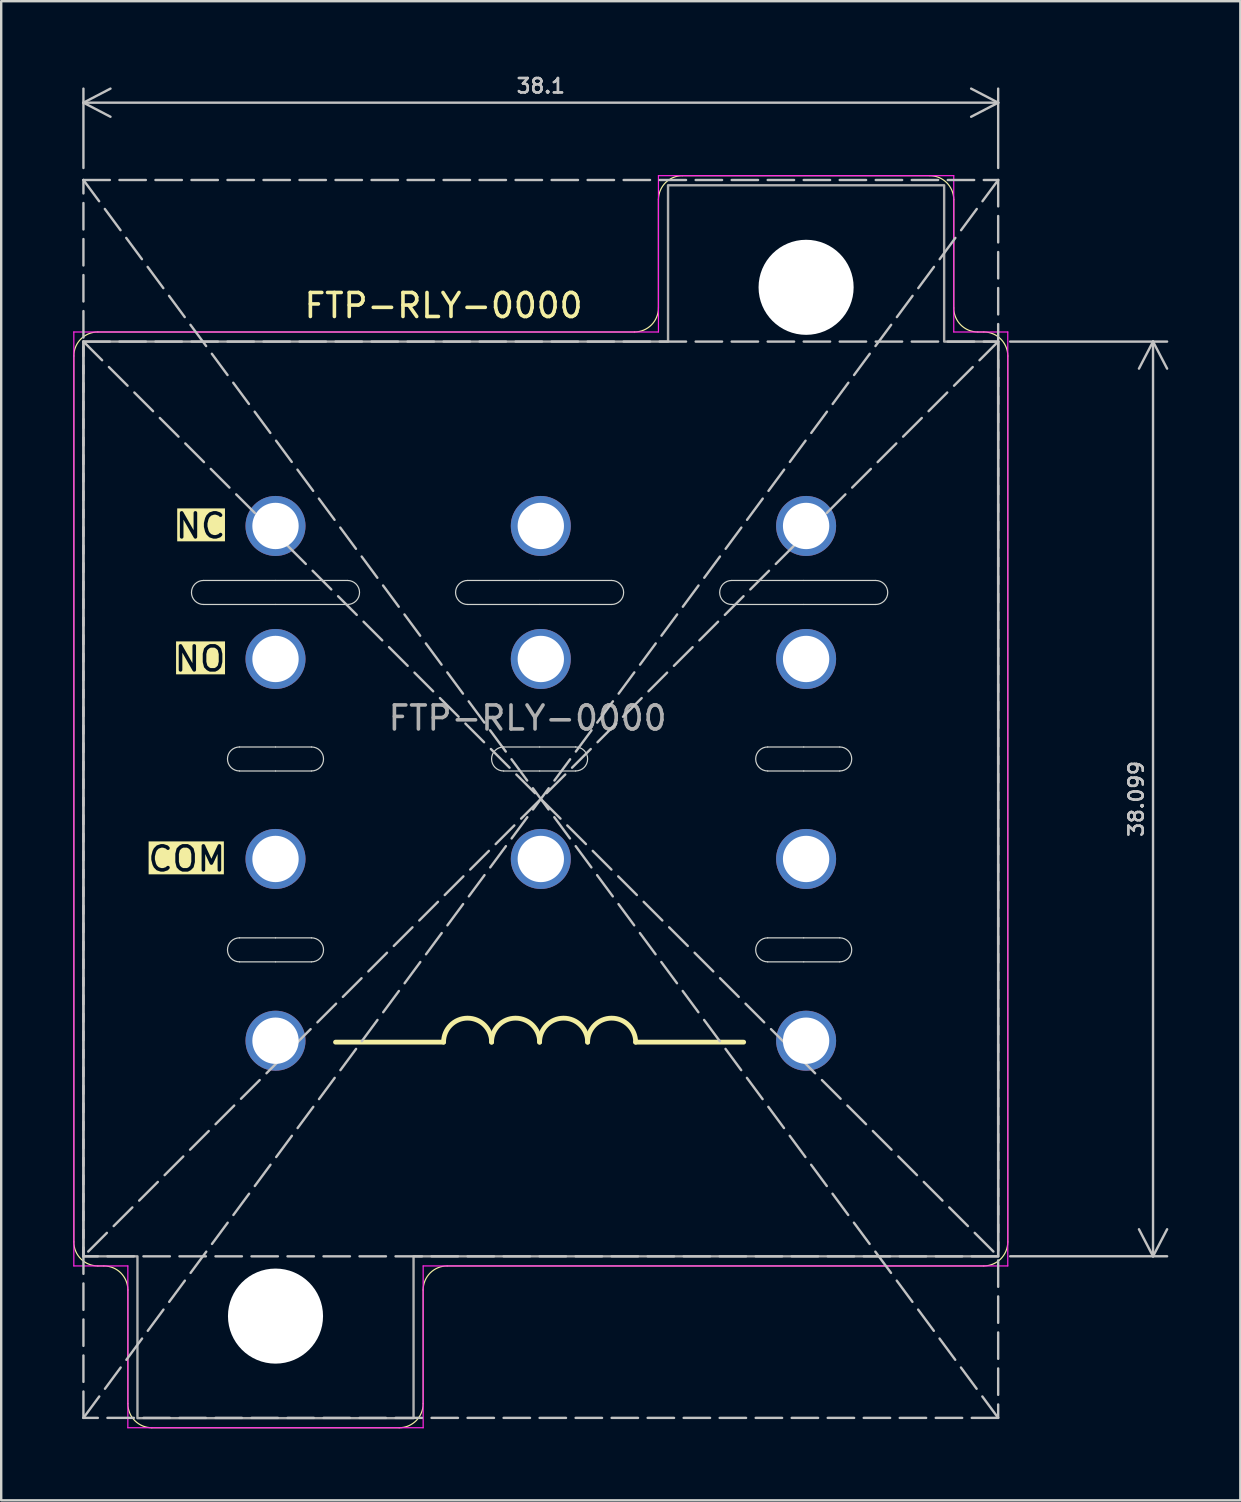
<source format=kicad_pcb>
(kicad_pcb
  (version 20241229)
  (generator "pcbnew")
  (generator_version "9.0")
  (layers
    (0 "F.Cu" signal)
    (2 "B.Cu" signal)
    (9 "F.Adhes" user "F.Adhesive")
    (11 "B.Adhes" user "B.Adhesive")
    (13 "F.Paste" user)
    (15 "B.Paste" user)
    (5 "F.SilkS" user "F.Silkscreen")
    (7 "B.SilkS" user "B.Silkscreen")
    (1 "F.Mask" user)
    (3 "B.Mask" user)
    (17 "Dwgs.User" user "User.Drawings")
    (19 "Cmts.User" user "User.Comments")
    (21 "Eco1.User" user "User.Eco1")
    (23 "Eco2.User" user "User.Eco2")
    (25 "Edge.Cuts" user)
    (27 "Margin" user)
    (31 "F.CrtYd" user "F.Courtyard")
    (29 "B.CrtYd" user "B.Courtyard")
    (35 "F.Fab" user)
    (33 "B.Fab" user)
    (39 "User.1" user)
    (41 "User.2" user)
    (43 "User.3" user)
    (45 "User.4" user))
  (footprint "FTP-RLY-0000"
    (layer "F.Cu")
    (at 8.425 18.857)
    (property "Reference" "FTP-RLY-0000" (at 7 -9.18 0) (unlocked yes) (layer "F.SilkS") (effects (font (size 1 1) (thickness 0.15))))
    (attr through_hole)
    (fp_line (start -8.4 -7.08) (end -8.4 29.82) (stroke (width 0.05) (type default)) (layer "F.SilkS"))
    (fp_line (start -7.15 30.82) (end -7.4 30.82) (stroke (width 0.05) (type default)) (layer "F.SilkS"))
    (fp_line (start -6.15 31.82) (end -6.15 36.56) (stroke (width 0.05) (type default)) (layer "F.SilkS"))
    (fp_line (start -5.15 37.56) (end 5.15 37.56) (stroke (width 0.05) (type default)) (layer "F.SilkS"))
    (fp_line (start 6.15 36.56) (end 6.15 31.82) (stroke (width 0.05) (type default)) (layer "F.SilkS"))
    (fp_line (start 7 21.5) (end 2.5 21.5) (stroke (width 0.2) (type default)) (layer "F.SilkS"))
    (fp_line (start 7.15 30.82) (end 29.5 30.82) (stroke (width 0.05) (type default)) (layer "F.SilkS"))
    (fp_line (start 14.95 -8.08) (end -7.4 -8.08) (stroke (width 0.05) (type default)) (layer "F.SilkS"))
    (fp_line (start 15 21.5) (end 19.5 21.5) (stroke (width 0.2) (type default)) (layer "F.SilkS"))
    (fp_line (start 15.95 -13.59) (end 15.95 -9.08) (stroke (width 0.05) (type default)) (layer "F.SilkS"))
    (fp_line (start 27.25 -14.59) (end 16.95 -14.59) (stroke (width 0.05) (type default)) (layer "F.SilkS"))
    (fp_line (start 28.25 -9.08) (end 28.25 -13.59) (stroke (width 0.05) (type default)) (layer "F.SilkS"))
    (fp_line (start 29.5 -8.08) (end 29.25 -8.08) (stroke (width 0.05) (type default)) (layer "F.SilkS"))
    (fp_line (start 30.5 29.82) (end 30.5 -7.08) (stroke (width 0.05) (type default)) (layer "F.SilkS"))
    (fp_arc (start -8.4 -7.08) (mid -8.107107 -7.787107) (end -7.4 -8.08) (stroke (width 0.05) (type default)) (layer "F.SilkS"))
    (fp_arc (start -7.4 30.82) (mid -8.107107 30.527107) (end -8.4 29.82) (stroke (width 0.05) (type default)) (layer "F.SilkS"))
    (fp_arc (start -7.15 30.82) (mid -6.442893 31.112893) (end -6.15 31.82) (stroke (width 0.05) (type default)) (layer "F.SilkS"))
    (fp_arc (start -5.15 37.56) (mid -5.857107 37.267107) (end -6.15 36.56) (stroke (width 0.05) (type default)) (layer "F.SilkS"))
    (fp_arc (start 6.15 31.82) (mid 6.442893 31.112893) (end 7.15 30.82) (stroke (width 0.05) (type default)) (layer "F.SilkS"))
    (fp_arc (start 6.15 36.56) (mid 5.857107 37.267107) (end 5.15 37.56) (stroke (width 0.05) (type default)) (layer "F.SilkS"))
    (fp_arc (start 7 21.5) (mid 8 20.5) (end 9 21.5) (stroke (width 0.2) (type default)) (layer "F.SilkS"))
    (fp_arc (start 9 21.5) (mid 10 20.5) (end 11 21.5) (stroke (width 0.2) (type default)) (layer "F.SilkS"))
    (fp_arc (start 11 21.5) (mid 12 20.5) (end 13 21.5) (stroke (width 0.2) (type default)) (layer "F.SilkS"))
    (fp_arc (start 13 21.5) (mid 14 20.5) (end 15 21.5) (stroke (width 0.2) (type default)) (layer "F.SilkS"))
    (fp_arc (start 15.95 -13.59) (mid 16.242893 -14.297107) (end 16.95 -14.59) (stroke (width 0.05) (type default)) (layer "F.SilkS"))
    (fp_arc (start 15.95 -9.08) (mid 15.657107 -8.372893) (end 14.95 -8.08) (stroke (width 0.05) (type default)) (layer "F.SilkS"))
    (fp_arc (start 27.25 -14.59) (mid 27.957107 -14.297107) (end 28.25 -13.59) (stroke (width 0.05) (type default)) (layer "F.SilkS"))
    (fp_arc (start 29.25 -8.08) (mid 28.542893 -8.372893) (end 28.25 -9.08) (stroke (width 0.05) (type default)) (layer "F.SilkS"))
    (fp_arc (start 29.5 -8.08) (mid 30.207107 -7.787107) (end 30.5 -7.08) (stroke (width 0.05) (type default)) (layer "F.SilkS"))
    (fp_arc (start 30.5 29.82) (mid 30.207107 30.527107) (end 29.5 30.82) (stroke (width 0.05) (type default)) (layer "F.SilkS"))
    (fp_line (start -8 -14.41) (end 30.1 37.15) (stroke (width 0.1) (type dash)) (layer "Dwgs.User"))
    (fp_line (start -8 -7.68) (end 30.1 30.42) (stroke (width 0.1) (type dash)) (layer "Dwgs.User"))
    (fp_line (start 30.1 -14.41) (end -8 37.15) (stroke (width 0.1) (type dash)) (layer "Dwgs.User"))
    (fp_line (start 30.1 -7.68) (end -8 30.42) (stroke (width 0.1) (type dash)) (layer "Dwgs.User"))
    (fp_rect (start -8 -14.41) (end 30.1 37.15) (stroke (width 0.1) (type dash)) (fill no) (layer "Dwgs.User"))
    (fp_rect (start -8 -7.68) (end 30.1 30.42) (stroke (width 0.1) (type dash)) (fill no) (layer "Dwgs.User"))
    (fp_line (start 0 2.27) (end -3 2.27) (stroke (width 0.05) (type default)) (layer "Edge.Cuts"))
    (fp_line (start 0 2.27) (end 3 2.27) (stroke (width 0.05) (type default)) (layer "Edge.Cuts"))
    (fp_line (start 0 3.27) (end -3 3.27) (stroke (width 0.05) (type default)) (layer "Edge.Cuts"))
    (fp_line (start 0 3.27) (end 3 3.27) (stroke (width 0.05) (type default)) (layer "Edge.Cuts"))
    (fp_line (start 0 9.205) (end -1.5 9.205) (stroke (width 0.05) (type default)) (layer "Edge.Cuts"))
    (fp_line (start 0 9.205) (end 1.5 9.205) (stroke (width 0.05) (type default)) (layer "Edge.Cuts"))
    (fp_line (start 0 10.205) (end -1.5 10.205) (stroke (width 0.05) (type default)) (layer "Edge.Cuts"))
    (fp_line (start 0 10.205) (end 1.5 10.205) (stroke (width 0.05) (type default)) (layer "Edge.Cuts"))
    (fp_line (start 0 17.155) (end -1.5 17.155) (stroke (width 0.05) (type default)) (layer "Edge.Cuts"))
    (fp_line (start 0 17.155) (end 1.5 17.155) (stroke (width 0.05) (type default)) (layer "Edge.Cuts"))
    (fp_line (start 0 18.155) (end -1.5 18.155) (stroke (width 0.05) (type default)) (layer "Edge.Cuts"))
    (fp_line (start 0 18.155) (end 1.5 18.155) (stroke (width 0.05) (type default)) (layer "Edge.Cuts"))
    (fp_line (start 11 2.27) (end 8 2.27) (stroke (width 0.05) (type default)) (layer "Edge.Cuts"))
    (fp_line (start 11 2.27) (end 14 2.27) (stroke (width 0.05) (type default)) (layer "Edge.Cuts"))
    (fp_line (start 11 3.27) (end 8 3.27) (stroke (width 0.05) (type default)) (layer "Edge.Cuts"))
    (fp_line (start 11 3.27) (end 14 3.27) (stroke (width 0.05) (type default)) (layer "Edge.Cuts"))
    (fp_line (start 11 9.205) (end 9.5 9.205) (stroke (width 0.05) (type default)) (layer "Edge.Cuts"))
    (fp_line (start 11 9.205) (end 12.5 9.205) (stroke (width 0.05) (type default)) (layer "Edge.Cuts"))
    (fp_line (start 11 10.205) (end 9.5 10.205) (stroke (width 0.05) (type default)) (layer "Edge.Cuts"))
    (fp_line (start 11 10.205) (end 12.5 10.205) (stroke (width 0.05) (type default)) (layer "Edge.Cuts"))
    (fp_line (start 22 2.27) (end 19 2.27) (stroke (width 0.05) (type default)) (layer "Edge.Cuts"))
    (fp_line (start 22 2.27) (end 25 2.27) (stroke (width 0.05) (type default)) (layer "Edge.Cuts"))
    (fp_line (start 22 3.27) (end 19 3.27) (stroke (width 0.05) (type default)) (layer "Edge.Cuts"))
    (fp_line (start 22 3.27) (end 25 3.27) (stroke (width 0.05) (type default)) (layer "Edge.Cuts"))
    (fp_line (start 22 9.205) (end 20.5 9.205) (stroke (width 0.05) (type default)) (layer "Edge.Cuts"))
    (fp_line (start 22 9.205) (end 23.5 9.205) (stroke (width 0.05) (type default)) (layer "Edge.Cuts"))
    (fp_line (start 22 10.205) (end 20.5 10.205) (stroke (width 0.05) (type default)) (layer "Edge.Cuts"))
    (fp_line (start 22 10.205) (end 23.5 10.205) (stroke (width 0.05) (type default)) (layer "Edge.Cuts"))
    (fp_line (start 22 17.155) (end 20.5 17.155) (stroke (width 0.05) (type default)) (layer "Edge.Cuts"))
    (fp_line (start 22 17.155) (end 23.5 17.155) (stroke (width 0.05) (type default)) (layer "Edge.Cuts"))
    (fp_line (start 22 18.155) (end 20.5 18.155) (stroke (width 0.05) (type default)) (layer "Edge.Cuts"))
    (fp_line (start 22 18.155) (end 23.5 18.155) (stroke (width 0.05) (type default)) (layer "Edge.Cuts"))
    (fp_arc (start -3 3.27) (mid -3.5 2.77) (end -3 2.27) (stroke (width 0.05) (type default)) (layer "Edge.Cuts"))
    (fp_arc (start -1.5 10.205) (mid -2 9.705) (end -1.5 9.205) (stroke (width 0.05) (type default)) (layer "Edge.Cuts"))
    (fp_arc (start -1.5 18.155) (mid -2 17.655) (end -1.5 17.155) (stroke (width 0.05) (type default)) (layer "Edge.Cuts"))
    (fp_arc (start 1.5 9.205) (mid 2 9.705) (end 1.5 10.205) (stroke (width 0.05) (type default)) (layer "Edge.Cuts"))
    (fp_arc (start 1.5 17.155) (mid 2 17.655) (end 1.5 18.155) (stroke (width 0.05) (type default)) (layer "Edge.Cuts"))
    (fp_arc (start 3 2.27) (mid 3.5 2.77) (end 3 3.27) (stroke (width 0.05) (type default)) (layer "Edge.Cuts"))
    (fp_arc (start 8 3.27) (mid 7.5 2.77) (end 8 2.27) (stroke (width 0.05) (type default)) (layer "Edge.Cuts"))
    (fp_arc (start 9.5 10.205) (mid 9 9.705) (end 9.5 9.205) (stroke (width 0.05) (type default)) (layer "Edge.Cuts"))
    (fp_arc (start 12.5 9.205) (mid 13 9.705) (end 12.5 10.205) (stroke (width 0.05) (type default)) (layer "Edge.Cuts"))
    (fp_arc (start 14 2.27) (mid 14.5 2.77) (end 14 3.27) (stroke (width 0.05) (type default)) (layer "Edge.Cuts"))
    (fp_arc (start 19 3.27) (mid 18.5 2.77) (end 19 2.27) (stroke (width 0.05) (type default)) (layer "Edge.Cuts"))
    (fp_arc (start 20.5 10.205) (mid 20 9.705) (end 20.5 9.205) (stroke (width 0.05) (type default)) (layer "Edge.Cuts"))
    (fp_arc (start 20.5 18.155) (mid 20 17.655) (end 20.5 17.155) (stroke (width 0.05) (type default)) (layer "Edge.Cuts"))
    (fp_arc (start 23.5 9.205) (mid 24 9.705) (end 23.5 10.205) (stroke (width 0.05) (type default)) (layer "Edge.Cuts"))
    (fp_arc (start 23.5 17.155) (mid 24 17.655) (end 23.5 18.155) (stroke (width 0.05) (type default)) (layer "Edge.Cuts"))
    (fp_arc (start 25 2.27) (mid 25.5 2.77) (end 25 3.27) (stroke (width 0.05) (type default)) (layer "Edge.Cuts"))
    (fp_line (start -8.4 -8.08) (end -8.4 30.82) (stroke (width 0.05) (type default)) (layer "F.CrtYd"))
    (fp_line (start -6.15 30.82) (end -8.4 30.82) (stroke (width 0.05) (type default)) (layer "F.CrtYd"))
    (fp_line (start -6.15 30.82) (end -6.15 37.56) (stroke (width 0.05) (type default)) (layer "F.CrtYd"))
    (fp_line (start -6.15 37.56) (end 6.15 37.56) (stroke (width 0.05) (type default)) (layer "F.CrtYd"))
    (fp_line (start 6.15 30.82) (end 30.5 30.82) (stroke (width 0.05) (type default)) (layer "F.CrtYd"))
    (fp_line (start 6.15 37.56) (end 6.15 30.82) (stroke (width 0.05) (type default)) (layer "F.CrtYd"))
    (fp_line (start 15.95 -14.59) (end 15.95 -8.08) (stroke (width 0.05) (type default)) (layer "F.CrtYd"))
    (fp_line (start 15.95 -8.08) (end -8.4 -8.08) (stroke (width 0.05) (type default)) (layer "F.CrtYd"))
    (fp_line (start 28.25 -14.59) (end 15.95 -14.59) (stroke (width 0.05) (type default)) (layer "F.CrtYd"))
    (fp_line (start 28.25 -8.08) (end 28.25 -14.59) (stroke (width 0.05) (type default)) (layer "F.CrtYd"))
    (fp_line (start 30.5 -8.08) (end 28.25 -8.08) (stroke (width 0.05) (type default)) (layer "F.CrtYd"))
    (fp_line (start 30.5 30.82) (end 30.5 -8.08) (stroke (width 0.05) (type default)) (layer "F.CrtYd"))
    (fp_poly (pts (xy 27.85 -14.19) (xy 16.35 -14.19) (xy 16.35 -7.68) (xy -8 -7.68) (xy -8 30.42) (xy -5.75 30.42) (xy -5.75 37.16) (xy 5.75 37.16) (xy 5.75 30.42) (xy 30.1 30.42) (xy 30.1 -7.68) (xy 27.85 -7.68)) (stroke (width 0.1) (type solid)) (fill no) (layer "F.Fab"))
    (fp_text user "NO" (at -2 5.54 0) (unlocked yes) (layer "F.SilkS" knockout) (effects (font (size 1 1) (thickness 0.15) (bold yes)) (justify right)))
    (fp_text user "NC" (at -2 0 0) (unlocked yes) (layer "F.SilkS" knockout) (effects (font (size 1 1) (thickness 0.15) (bold yes)) (justify right)))
    (fp_text user "COM" (at -2 13.87 0) (unlocked yes) (layer "F.SilkS" knockout) (effects (font (size 1 1) (thickness 0.15) (bold yes)) (justify right)))
    (fp_text user "${REFERENCE}" (at 10.5 8 0) (unlocked yes) (layer "F.Fab") (effects (font (size 1 1) (thickness 0.15))))
    (dimension (type orthogonal) (layer "Dwgs.User") (pts (xy 0.425 4.447) (xy 38.525 4.447)) (height -3.22) (orientation 0) (format (prefix "") (suffix "") (units 3) (units_format 0) (precision 4) (suppress_zeroes yes)) (style (thickness 0.1) (arrow_length 1.27) (text_position_mode 0) (arrow_direction outward) (extension_height 0.586) (extension_offset 0.5) (keep_text_aligned yes)) (gr_text "38.1" (at 19.475 0.526 0) (layer "Dwgs.User") (effects (font (size 0.6 0.6) (thickness 0.1)))))
    (dimension (type orthogonal) (layer "Dwgs.User") (pts (xy 38.525 11.177) (xy 38.525 49.276)) (height 6.45) (orientation 1) (format (prefix "") (suffix "") (units 3) (units_format 0) (precision 4) (suppress_zeroes yes)) (style (thickness 0.1) (arrow_length 1.27) (text_position_mode 0) (arrow_direction outward) (extension_height 0.586) (extension_offset 0.5) (keep_text_aligned yes)) (gr_text "38.1" (at 44.275 30.227 90) (layer "Dwgs.User") (effects (font (size 0.6 0.6) (thickness 0.1)))))
    (pad "" np_thru_hole circle (at 0 32.91) (size 3.96 3.96) (drill 3.96) (layers "*.Cu" "*.Mask"))
    (pad "" np_thru_hole circle (at 22.1 -9.94) (size 3.96 3.96) (drill 3.96) (layers "*.Cu" "*.Mask"))
    (pad "1" thru_hole circle (at 0 0) (size 2.5 2.5) (drill 1.93) (layers "*.Cu" "*.Mask"))
    (pad "2" thru_hole circle (at 11.05 0) (size 2.5 2.5) (drill 1.93) (layers "*.Cu" "*.Mask"))
    (pad "3" thru_hole circle (at 22.1 0) (size 2.5 2.5) (drill 1.93) (layers "*.Cu" "*.Mask"))
    (pad "4" thru_hole circle (at 0 5.54) (size 2.5 2.5) (drill 1.93) (layers "*.Cu" "*.Mask"))
    (pad "5" thru_hole circle (at 11.05 5.54) (size 2.5 2.5) (drill 1.93) (layers "*.Cu" "*.Mask"))
    (pad "6" thru_hole circle (at 22.1 5.54) (size 2.5 2.5) (drill 1.93) (layers "*.Cu" "*.Mask"))
    (pad "7" thru_hole circle (at 0 13.87) (size 2.5 2.5) (drill 1.93) (layers "*.Cu" "*.Mask"))
    (pad "8" thru_hole circle (at 11.05 13.87) (size 2.5 2.5) (drill 1.93) (layers "*.Cu" "*.Mask"))
    (pad "9" thru_hole circle (at 22.1 13.87) (size 2.5 2.5) (drill 1.93) (layers "*.Cu" "*.Mask"))
    (pad "A" thru_hole circle (at 0 21.44) (size 2.5 2.5) (drill 1.93) (layers "*.Cu" "*.Mask"))
    (pad "B" thru_hole circle (at 22.1 21.44) (size 2.5 2.5) (drill 1.93) (layers "*.Cu" "*.Mask")))
  (gr_rect
    (start -3 -3)
    (end 48.611 59.441)
    (stroke (width 0.1) (type default))
    (fill no)
    (layer "Edge.Cuts")))
</source>
